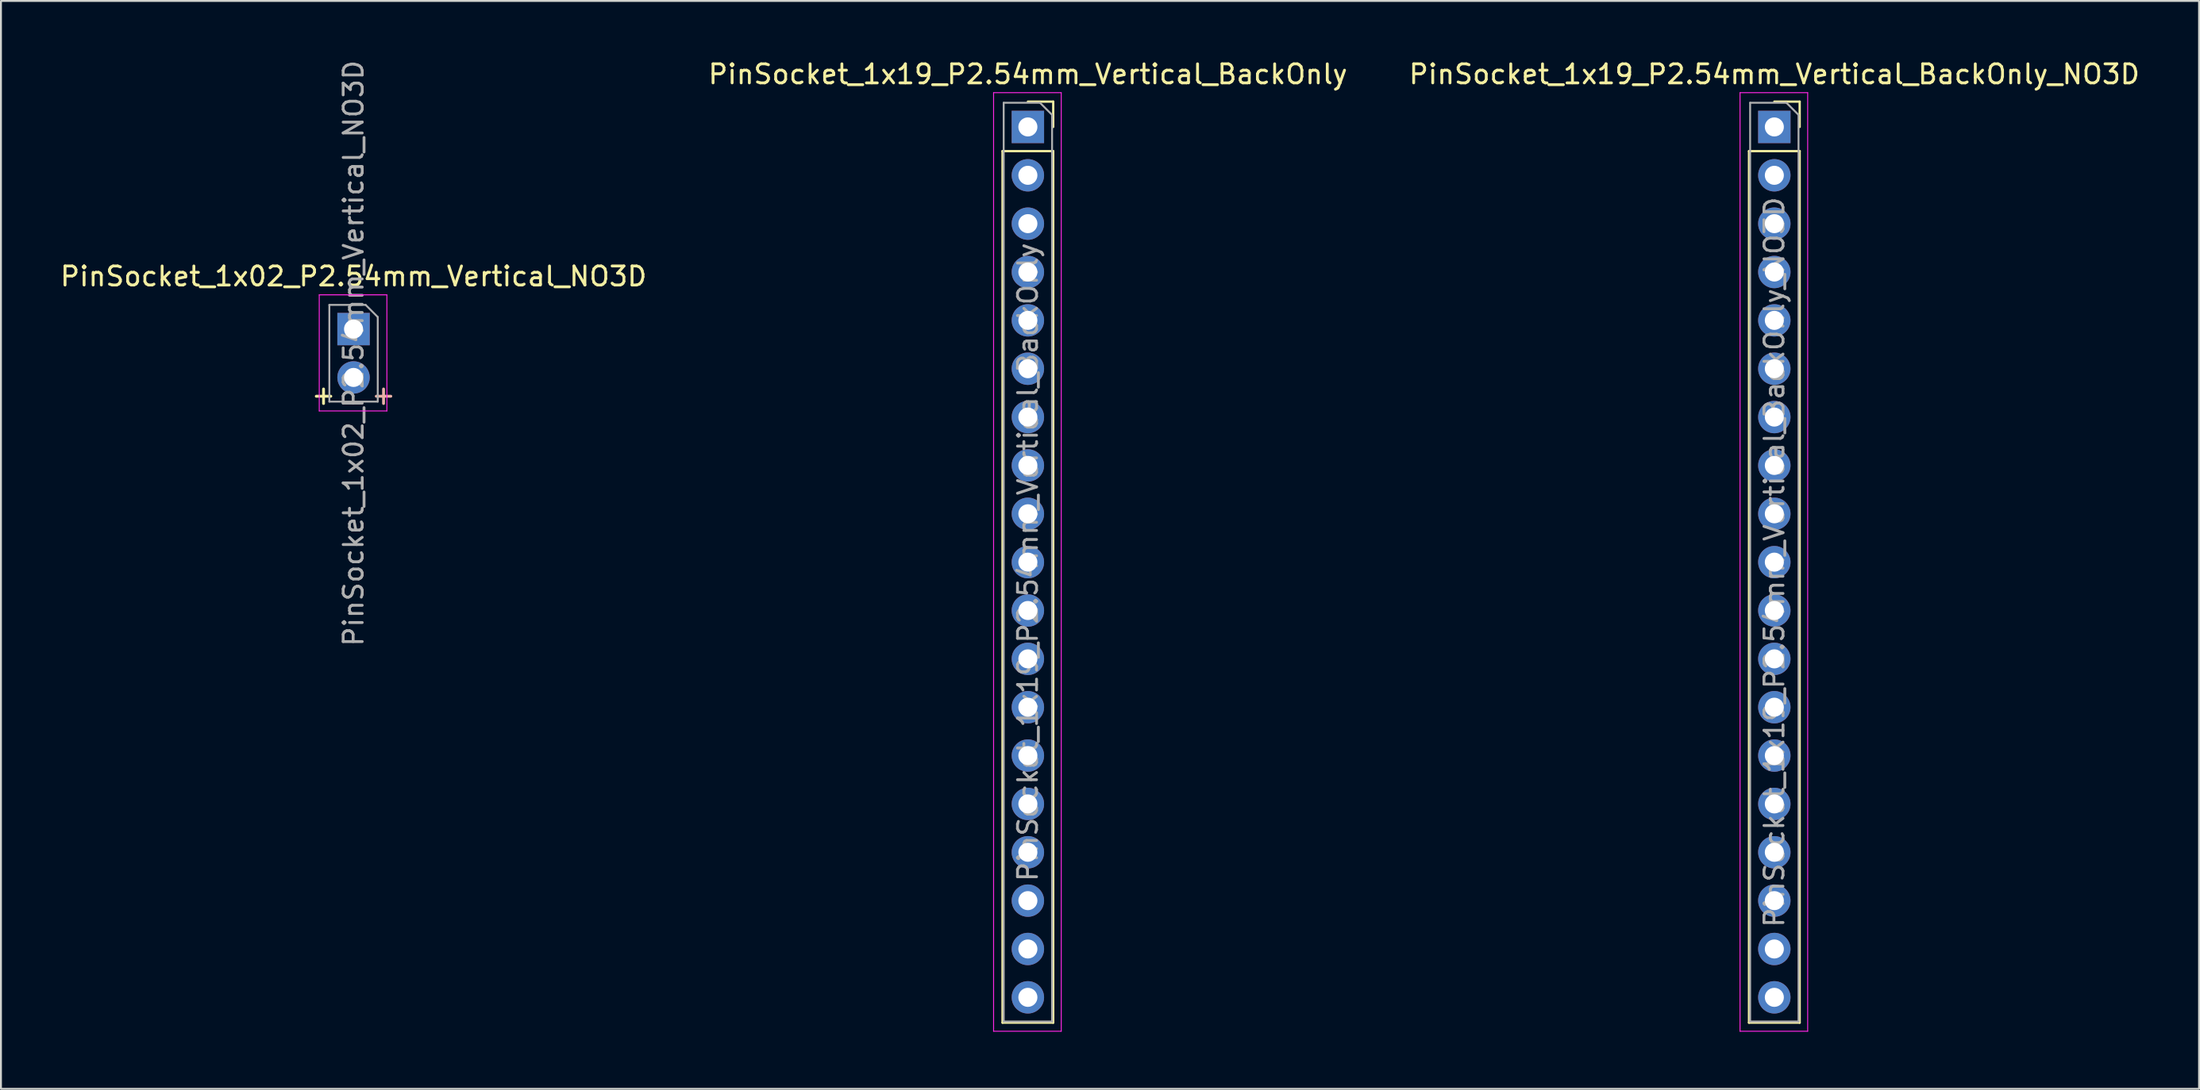
<source format=kicad_pcb>
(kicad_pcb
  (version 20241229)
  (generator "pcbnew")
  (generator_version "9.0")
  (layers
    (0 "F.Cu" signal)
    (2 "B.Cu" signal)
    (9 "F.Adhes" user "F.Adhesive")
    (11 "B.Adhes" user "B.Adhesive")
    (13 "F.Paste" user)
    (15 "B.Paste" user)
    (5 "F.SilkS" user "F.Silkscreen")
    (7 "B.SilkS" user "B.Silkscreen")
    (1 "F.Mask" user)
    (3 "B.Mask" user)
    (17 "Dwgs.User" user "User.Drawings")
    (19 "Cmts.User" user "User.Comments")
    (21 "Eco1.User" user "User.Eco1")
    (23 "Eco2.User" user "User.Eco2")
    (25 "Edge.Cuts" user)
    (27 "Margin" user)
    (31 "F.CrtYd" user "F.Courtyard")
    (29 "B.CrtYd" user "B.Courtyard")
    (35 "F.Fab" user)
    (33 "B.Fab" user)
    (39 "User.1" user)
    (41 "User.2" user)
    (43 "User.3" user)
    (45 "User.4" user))
  (footprint "PinSocket_1x19_P2.54mm_Vertical_BackOnly"
    (layer "F.Cu")
    (at 50.899 3.618)
    (property "Reference" "PinSocket_1x19_P2.54mm_Vertical_BackOnly" (at 0 -2.77 0) (layer "F.SilkS") (effects (font (size 1 1) (thickness 0.15))))
    (attr through_hole)
    (fp_line (start -1.33 1.27) (end -1.33 47.05) (stroke (width 0.12) (type solid)) (layer "F.SilkS"))
    (fp_line (start -1.33 1.27) (end 1.33 1.27) (stroke (width 0.12) (type solid)) (layer "F.SilkS"))
    (fp_line (start -1.33 47.05) (end 1.33 47.05) (stroke (width 0.12) (type solid)) (layer "F.SilkS"))
    (fp_line (start 0 -1.33) (end 1.33 -1.33) (stroke (width 0.12) (type solid)) (layer "F.SilkS"))
    (fp_line (start 1.33 -1.33) (end 1.33 0) (stroke (width 0.12) (type solid)) (layer "F.SilkS"))
    (fp_line (start 1.33 1.27) (end 1.33 47.05) (stroke (width 0.12) (type solid)) (layer "F.SilkS"))
    (fp_line (start -1.8 -1.8) (end 1.75 -1.8) (stroke (width 0.05) (type solid)) (layer "F.CrtYd"))
    (fp_line (start -1.8 47.5) (end -1.8 -1.8) (stroke (width 0.05) (type solid)) (layer "F.CrtYd"))
    (fp_line (start 1.75 -1.8) (end 1.75 47.5) (stroke (width 0.05) (type solid)) (layer "F.CrtYd"))
    (fp_line (start 1.75 47.5) (end -1.8 47.5) (stroke (width 0.05) (type solid)) (layer "F.CrtYd"))
    (fp_line (start -1.27 -1.27) (end 0.635 -1.27) (stroke (width 0.1) (type solid)) (layer "F.Fab"))
    (fp_line (start -1.27 46.99) (end -1.27 -1.27) (stroke (width 0.1) (type solid)) (layer "F.Fab"))
    (fp_line (start 0.635 -1.27) (end 1.27 -0.635) (stroke (width 0.1) (type solid)) (layer "F.Fab"))
    (fp_line (start 1.27 -0.635) (end 1.27 46.99) (stroke (width 0.1) (type solid)) (layer "F.Fab"))
    (fp_line (start 1.27 46.99) (end -1.27 46.99) (stroke (width 0.1) (type solid)) (layer "F.Fab"))
    (fp_text user "${REFERENCE}" (at 0 22.86 90) (layer "F.Fab") (effects (font (size 1 1) (thickness 0.15))))
    (pad "1" thru_hole rect (at 0 0) (size 1.7 1.7) (drill 1) (layers "*.Cu" "B.Mask"))
    (pad "2" thru_hole oval (at 0 2.54) (size 1.7 1.7) (drill 1) (layers "*.Cu" "B.Mask"))
    (pad "3" thru_hole oval (at 0 5.08) (size 1.7 1.7) (drill 1) (layers "*.Cu" "B.Mask"))
    (pad "4" thru_hole oval (at 0 7.62) (size 1.7 1.7) (drill 1) (layers "*.Cu" "B.Mask"))
    (pad "5" thru_hole oval (at 0 10.16) (size 1.7 1.7) (drill 1) (layers "*.Cu" "B.Mask"))
    (pad "6" thru_hole oval (at 0 12.7) (size 1.7 1.7) (drill 1) (layers "*.Cu" "B.Mask"))
    (pad "7" thru_hole oval (at 0 15.24) (size 1.7 1.7) (drill 1) (layers "*.Cu" "B.Mask"))
    (pad "8" thru_hole oval (at 0 17.78) (size 1.7 1.7) (drill 1) (layers "*.Cu" "B.Mask"))
    (pad "9" thru_hole oval (at 0 20.32) (size 1.7 1.7) (drill 1) (layers "*.Cu" "B.Mask"))
    (pad "10" thru_hole oval (at 0 22.86) (size 1.7 1.7) (drill 1) (layers "*.Cu" "B.Mask"))
    (pad "11" thru_hole oval (at 0 25.4) (size 1.7 1.7) (drill 1) (layers "*.Cu" "B.Mask"))
    (pad "12" thru_hole oval (at 0 27.94) (size 1.7 1.7) (drill 1) (layers "*.Cu" "B.Mask"))
    (pad "13" thru_hole oval (at 0 30.48) (size 1.7 1.7) (drill 1) (layers "*.Cu" "B.Mask"))
    (pad "14" thru_hole oval (at 0 33.02) (size 1.7 1.7) (drill 1) (layers "*.Cu" "B.Mask"))
    (pad "15" thru_hole oval (at 0 35.56) (size 1.7 1.7) (drill 1) (layers "*.Cu" "B.Mask"))
    (pad "16" thru_hole oval (at 0 38.1) (size 1.7 1.7) (drill 1) (layers "*.Cu" "B.Mask"))
    (pad "17" thru_hole oval (at 0 40.64) (size 1.7 1.7) (drill 1) (layers "*.Cu" "B.Mask"))
    (pad "18" thru_hole oval (at 0 43.18) (size 1.7 1.7) (drill 1) (layers "*.Cu" "B.Mask"))
    (pad "19" thru_hole oval (at 0 45.72) (size 1.7 1.7) (drill 1) (layers "*.Cu" "B.Mask")))
  (footprint "PinSocket_1x02_P2.54mm_Vertical_NO3D"
    (layer "F.Cu")
    (at 15.506 14.236)
    (property "Reference" "PinSocket_1x02_P2.54mm_Vertical_NO3D" (at 0 -2.77 0) (layer "F.SilkS") (effects (font (size 1 1) (thickness 0.15))))
    (attr through_hole)
    (fp_line (start -1.8 -1.8) (end 1.75 -1.8) (stroke (width 0.05) (type solid)) (layer "F.CrtYd"))
    (fp_line (start -1.8 4.3) (end -1.8 -1.8) (stroke (width 0.05) (type solid)) (layer "F.CrtYd"))
    (fp_line (start 1.75 -1.8) (end 1.75 4.3) (stroke (width 0.05) (type solid)) (layer "F.CrtYd"))
    (fp_line (start 1.75 4.3) (end -1.8 4.3) (stroke (width 0.05) (type solid)) (layer "F.CrtYd"))
    (fp_line (start -1.27 -1.27) (end 0.635 -1.27) (stroke (width 0.1) (type solid)) (layer "F.Fab"))
    (fp_line (start -1.27 3.81) (end -1.27 -1.27) (stroke (width 0.1) (type solid)) (layer "F.Fab"))
    (fp_line (start 0.635 -1.27) (end 1.27 -0.635) (stroke (width 0.1) (type solid)) (layer "F.Fab"))
    (fp_line (start 1.27 -0.635) (end 1.27 3.81) (stroke (width 0.1) (type solid)) (layer "F.Fab"))
    (fp_line (start 1.27 3.81) (end -1.27 3.81) (stroke (width 0.1) (type solid)) (layer "F.Fab"))
    (fp_text user "+" (at -1.575 3.454 0) (layer "F.SilkS") (effects (font (size 1 1) (thickness 0.15))))
    (fp_text user "+" (at 1.575 3.454 0) (layer "B.SilkS") (effects (font (size 1 1) (thickness 0.15)) (justify mirror)))
    (fp_text user "${REFERENCE}" (at 0 1.27 90) (layer "F.Fab") (effects (font (size 1 1) (thickness 0.15))))
    (pad "1" thru_hole rect (at 0 0) (size 1.7 1.7) (drill 1) (layers "*.Cu" "*.Mask"))
    (pad "2" thru_hole oval (at 0 2.54) (size 1.7 1.7) (drill 1) (layers "*.Cu" "*.Mask")))
  (footprint "PinSocket_1x19_P2.54mm_Vertical_BackOnly_NO3D"
    (layer "F.Cu")
    (at 90.077 3.618)
    (property "Reference" "PinSocket_1x19_P2.54mm_Vertical_BackOnly_NO3D" (at 0 -2.77 0) (layer "F.SilkS") (effects (font (size 1 1) (thickness 0.15))))
    (attr through_hole)
    (fp_line (start -1.33 1.27) (end -1.33 47.05) (stroke (width 0.12) (type solid)) (layer "F.SilkS"))
    (fp_line (start -1.33 1.27) (end 1.33 1.27) (stroke (width 0.12) (type solid)) (layer "F.SilkS"))
    (fp_line (start -1.33 47.05) (end 1.33 47.05) (stroke (width 0.12) (type solid)) (layer "F.SilkS"))
    (fp_line (start 0 -1.33) (end 1.33 -1.33) (stroke (width 0.12) (type solid)) (layer "F.SilkS"))
    (fp_line (start 1.33 -1.33) (end 1.33 0) (stroke (width 0.12) (type solid)) (layer "F.SilkS"))
    (fp_line (start 1.33 1.27) (end 1.33 47.05) (stroke (width 0.12) (type solid)) (layer "F.SilkS"))
    (fp_line (start -1.8 -1.8) (end 1.75 -1.8) (stroke (width 0.05) (type solid)) (layer "F.CrtYd"))
    (fp_line (start -1.8 47.5) (end -1.8 -1.8) (stroke (width 0.05) (type solid)) (layer "F.CrtYd"))
    (fp_line (start 1.75 -1.8) (end 1.75 47.5) (stroke (width 0.05) (type solid)) (layer "F.CrtYd"))
    (fp_line (start 1.75 47.5) (end -1.8 47.5) (stroke (width 0.05) (type solid)) (layer "F.CrtYd"))
    (fp_line (start -1.27 -1.27) (end 0.635 -1.27) (stroke (width 0.1) (type solid)) (layer "F.Fab"))
    (fp_line (start -1.27 46.99) (end -1.27 -1.27) (stroke (width 0.1) (type solid)) (layer "F.Fab"))
    (fp_line (start 0.635 -1.27) (end 1.27 -0.635) (stroke (width 0.1) (type solid)) (layer "F.Fab"))
    (fp_line (start 1.27 -0.635) (end 1.27 46.99) (stroke (width 0.1) (type solid)) (layer "F.Fab"))
    (fp_line (start 1.27 46.99) (end -1.27 46.99) (stroke (width 0.1) (type solid)) (layer "F.Fab"))
    (fp_text user "${REFERENCE}" (at 0 22.86 90) (layer "F.Fab") (effects (font (size 1 1) (thickness 0.15))))
    (pad "1" thru_hole rect (at 0 0) (size 1.7 1.7) (drill 1) (layers "*.Cu" "B.Mask"))
    (pad "2" thru_hole oval (at 0 2.54) (size 1.7 1.7) (drill 1) (layers "*.Cu" "B.Mask"))
    (pad "3" thru_hole oval (at 0 5.08) (size 1.7 1.7) (drill 1) (layers "*.Cu" "B.Mask"))
    (pad "4" thru_hole oval (at 0 7.62) (size 1.7 1.7) (drill 1) (layers "*.Cu" "B.Mask"))
    (pad "5" thru_hole oval (at 0 10.16) (size 1.7 1.7) (drill 1) (layers "*.Cu" "B.Mask"))
    (pad "6" thru_hole oval (at 0 12.7) (size 1.7 1.7) (drill 1) (layers "*.Cu" "B.Mask"))
    (pad "7" thru_hole oval (at 0 15.24) (size 1.7 1.7) (drill 1) (layers "*.Cu" "B.Mask"))
    (pad "8" thru_hole oval (at 0 17.78) (size 1.7 1.7) (drill 1) (layers "*.Cu" "B.Mask"))
    (pad "9" thru_hole oval (at 0 20.32) (size 1.7 1.7) (drill 1) (layers "*.Cu" "B.Mask"))
    (pad "10" thru_hole oval (at 0 22.86) (size 1.7 1.7) (drill 1) (layers "*.Cu" "B.Mask"))
    (pad "11" thru_hole oval (at 0 25.4) (size 1.7 1.7) (drill 1) (layers "*.Cu" "B.Mask"))
    (pad "12" thru_hole oval (at 0 27.94) (size 1.7 1.7) (drill 1) (layers "*.Cu" "B.Mask"))
    (pad "13" thru_hole oval (at 0 30.48) (size 1.7 1.7) (drill 1) (layers "*.Cu" "B.Mask"))
    (pad "14" thru_hole oval (at 0 33.02) (size 1.7 1.7) (drill 1) (layers "*.Cu" "B.Mask"))
    (pad "15" thru_hole oval (at 0 35.56) (size 1.7 1.7) (drill 1) (layers "*.Cu" "B.Mask"))
    (pad "16" thru_hole oval (at 0 38.1) (size 1.7 1.7) (drill 1) (layers "*.Cu" "B.Mask"))
    (pad "17" thru_hole oval (at 0 40.64) (size 1.7 1.7) (drill 1) (layers "*.Cu" "B.Mask"))
    (pad "18" thru_hole oval (at 0 43.18) (size 1.7 1.7) (drill 1) (layers "*.Cu" "B.Mask"))
    (pad "19" thru_hole oval (at 0 45.72) (size 1.7 1.7) (drill 1) (layers "*.Cu" "B.Mask")))
  (gr_rect
    (start -3 -3)
    (end 112.369 54.143)
    (stroke (width 0.1) (type default))
    (fill no)
    (layer "Edge.Cuts")))
</source>
